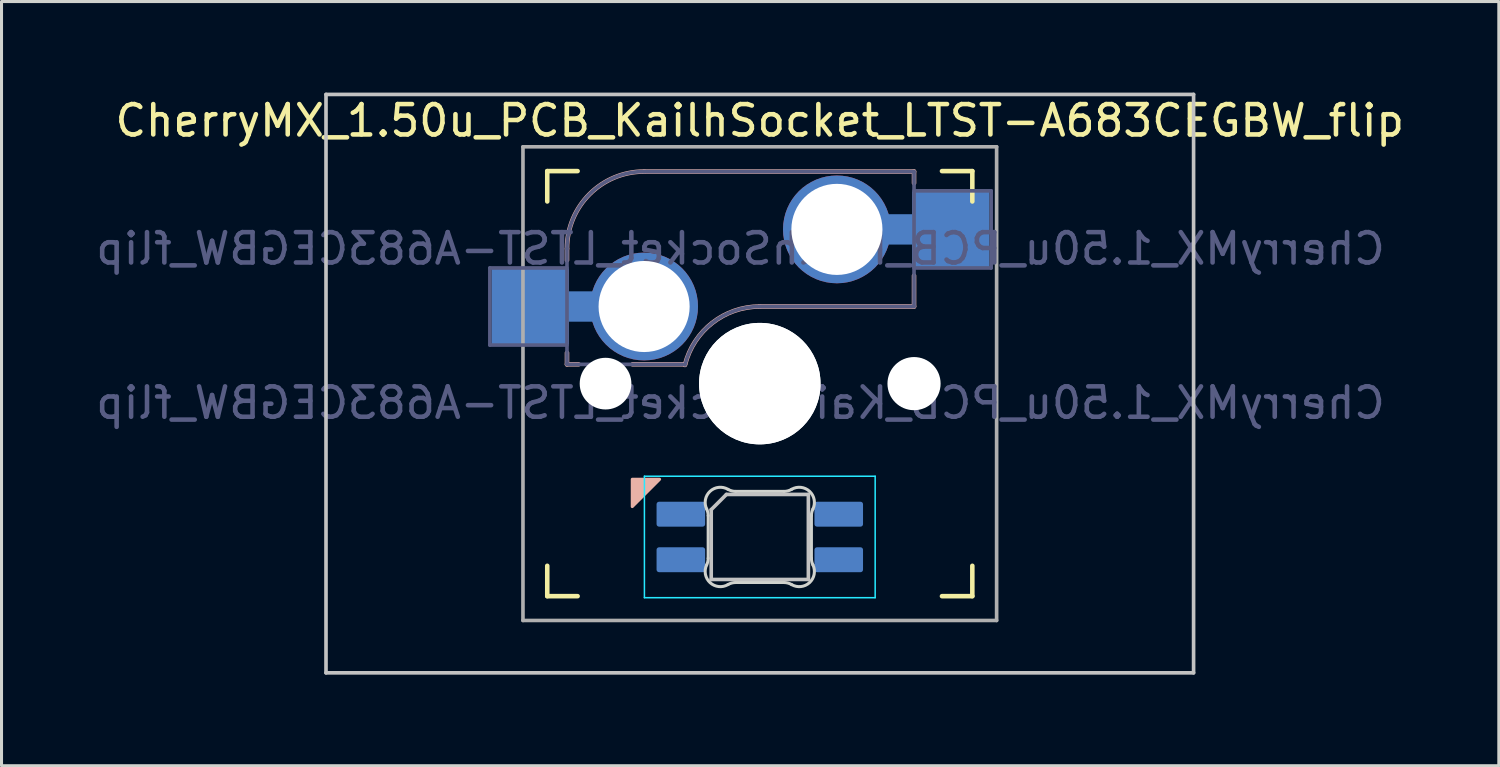
<source format=kicad_pcb>
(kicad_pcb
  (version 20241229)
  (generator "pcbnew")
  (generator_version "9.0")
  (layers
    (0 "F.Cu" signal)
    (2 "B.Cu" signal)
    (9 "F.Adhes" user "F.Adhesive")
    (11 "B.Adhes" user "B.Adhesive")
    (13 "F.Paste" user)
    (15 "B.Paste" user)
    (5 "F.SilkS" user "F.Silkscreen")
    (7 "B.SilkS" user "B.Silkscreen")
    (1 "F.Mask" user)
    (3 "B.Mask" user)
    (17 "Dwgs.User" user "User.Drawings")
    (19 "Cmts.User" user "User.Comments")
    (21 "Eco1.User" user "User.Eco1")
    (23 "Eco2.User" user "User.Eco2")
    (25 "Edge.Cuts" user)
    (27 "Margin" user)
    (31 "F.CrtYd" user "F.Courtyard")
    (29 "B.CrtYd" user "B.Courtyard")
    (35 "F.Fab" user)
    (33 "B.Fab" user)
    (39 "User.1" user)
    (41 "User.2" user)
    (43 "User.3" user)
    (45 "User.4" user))
  (footprint "CherryMX_1.50u_PCB_KailhSocket_LTST-A683CEGBW_flip"
    (layer "F.Cu")
    (at 21.974 9.585)
    (property "Reference" "CherryMX_1.50u_PCB_KailhSocket_LTST-A683CEGBW_flip" (at 0 -8.662 0) (layer "F.SilkS") (effects (font (size 1 1) (thickness 0.15))))
    (property "Value" "CherryMX_1.50u_PCB_KailhSocket_LTST-A683CEGBW_flip" (at 0 8.662 0) (layer "F.Fab") (hide yes) (effects (font (size 1 1) (thickness 0.15))))
    (attr through_hole)
    (fp_line (start -7 -6) (end -7 -7) (stroke (width 0.15) (type solid)) (layer "F.SilkS"))
    (fp_line (start -7 7) (end -7 6) (stroke (width 0.15) (type solid)) (layer "F.SilkS"))
    (fp_line (start -7 7) (end -6 7) (stroke (width 0.15) (type solid)) (layer "F.SilkS"))
    (fp_line (start -6 -7) (end -7 -7) (stroke (width 0.15) (type solid)) (layer "F.SilkS"))
    (fp_line (start 6 7) (end 7 7) (stroke (width 0.15) (type solid)) (layer "F.SilkS"))
    (fp_line (start 7 -7) (end 6 -7) (stroke (width 0.15) (type solid)) (layer "F.SilkS"))
    (fp_line (start 7 -7) (end 7 -6) (stroke (width 0.15) (type solid)) (layer "F.SilkS"))
    (fp_line (start 7 6) (end 7 7) (stroke (width 0.15) (type solid)) (layer "F.SilkS"))
    (fp_line (start -6.35 -4.445) (end -6.35 -4.064) (stroke (width 0.15) (type solid)) (layer "B.SilkS"))
    (fp_line (start -6.35 -1.016) (end -6.35 -0.635) (stroke (width 0.15) (type solid)) (layer "B.SilkS"))
    (fp_line (start -5.969 -0.635) (end -6.35 -0.635) (stroke (width 0.15) (type solid)) (layer "B.SilkS"))
    (fp_line (start -3.81 -6.985) (end 5.08 -6.985) (stroke (width 0.15) (type solid)) (layer "B.SilkS"))
    (fp_line (start -2.464 -0.635) (end -4.191 -0.635) (stroke (width 0.15) (type solid)) (layer "B.SilkS"))
    (fp_line (start 5.08 -6.985) (end 5.08 -6.604) (stroke (width 0.15) (type solid)) (layer "B.SilkS"))
    (fp_line (start 5.08 -3.556) (end 5.08 -2.54) (stroke (width 0.15) (type solid)) (layer "B.SilkS"))
    (fp_line (start 5.08 -2.54) (end 0 -2.54) (stroke (width 0.15) (type solid)) (layer "B.SilkS"))
    (fp_arc (start -6.35 -4.445) (mid -5.606051 -6.241051) (end -3.81 -6.985) (stroke (width 0.15) (type solid)) (layer "B.SilkS"))
    (fp_arc (start -2.464162 -0.61604) (mid -1.563147 -2.002042) (end 0 -2.54) (stroke (width 0.15) (type solid)) (layer "B.SilkS"))
    (fp_poly (pts (xy -4.2 4.05) (xy -3.3 3.15) (xy -4.2 3.15)) (stroke (width 0.1) (type solid)) (fill yes) (layer "B.SilkS"))
    (fp_line (start -14.287 -9.525) (end 14.287 -9.525) (stroke (width 0.12) (type solid)) (layer "Dwgs.User"))
    (fp_line (start -14.287 9.525) (end -14.287 -9.525) (stroke (width 0.12) (type solid)) (layer "Dwgs.User"))
    (fp_line (start -1.6 4.15) (end -1.6 6.45) (stroke (width 0.12) (type solid)) (layer "Dwgs.User"))
    (fp_line (start -1.6 4.15) (end -1.1 3.65) (stroke (width 0.12) (type solid)) (layer "Dwgs.User"))
    (fp_line (start -1.6 6.45) (end 1.6 6.45) (stroke (width 0.12) (type solid)) (layer "Dwgs.User"))
    (fp_line (start 1.6 3.65) (end -1.1 3.65) (stroke (width 0.12) (type solid)) (layer "Dwgs.User"))
    (fp_line (start 1.6 6.45) (end 1.6 3.65) (stroke (width 0.12) (type solid)) (layer "Dwgs.User"))
    (fp_line (start 14.287 -9.525) (end 14.287 9.525) (stroke (width 0.12) (type solid)) (layer "Dwgs.User"))
    (fp_line (start 14.287 9.525) (end -14.287 9.525) (stroke (width 0.12) (type solid)) (layer "Dwgs.User"))
    (fp_line (start -6.9 6.9) (end -6.9 -6.9) (stroke (width 0.15) (type solid)) (layer "Eco2.User"))
    (fp_line (start -6.9 6.9) (end 6.9 6.9) (stroke (width 0.15) (type solid)) (layer "Eco2.User"))
    (fp_line (start 6.9 -6.9) (end -6.9 -6.9) (stroke (width 0.15) (type solid)) (layer "Eco2.User"))
    (fp_line (start 6.9 -6.9) (end 6.9 6.9) (stroke (width 0.15) (type solid)) (layer "Eco2.User"))
    (fp_line (start -1.7 5.753) (end -1.7 4.347) (stroke (width 0.1) (type solid)) (layer "Edge.Cuts"))
    (fp_line (start -0.794 3.55) (end 0.794 3.55) (stroke (width 0.1) (type solid)) (layer "Edge.Cuts"))
    (fp_line (start 0.794 6.55) (end -0.794 6.55) (stroke (width 0.1) (type solid)) (layer "Edge.Cuts"))
    (fp_line (start 1.7 4.347) (end 1.7 5.753) (stroke (width 0.1) (type solid)) (layer "Edge.Cuts"))
    (fp_arc (start -1.749484 4.13028) (mid -1.712527 4.235932) (end -1.699999 4.347158) (stroke (width 0.1) (type solid)) (layer "Edge.Cuts"))
    (fp_arc (start -1.749484 4.130281) (mid -1.638072 3.545965) (end -1.046711 3.481701) (stroke (width 0.1) (type solid)) (layer "Edge.Cuts"))
    (fp_arc (start -1.699999 5.752843) (mid -1.712527 5.864068) (end -1.749484 5.96972) (stroke (width 0.1) (type solid)) (layer "Edge.Cuts"))
    (fp_arc (start -1.046711 6.618298) (mid -1.63807 6.554034) (end -1.749484 5.96972) (stroke (width 0.1) (type solid)) (layer "Edge.Cuts"))
    (fp_arc (start -1.046711 6.618298) (mid -0.925123 6.567376) (end -0.794453 6.549999) (stroke (width 0.1) (type solid)) (layer "Edge.Cuts"))
    (fp_arc (start -0.794452 3.55) (mid -0.925123 3.532623) (end -1.046711 3.481701) (stroke (width 0.1) (type solid)) (layer "Edge.Cuts"))
    (fp_arc (start 0.794453 6.55) (mid 0.925123 6.567377) (end 1.046711 6.618299) (stroke (width 0.1) (type solid)) (layer "Edge.Cuts"))
    (fp_arc (start 1.04671 3.481701) (mid 0.925122 3.532623) (end 0.794452 3.55) (stroke (width 0.1) (type solid)) (layer "Edge.Cuts"))
    (fp_arc (start 1.046711 3.481703) (mid 1.63807 3.545966) (end 1.749484 4.13028) (stroke (width 0.1) (type solid)) (layer "Edge.Cuts"))
    (fp_arc (start 1.699999 4.347157) (mid 1.712527 4.235932) (end 1.749484 4.13028) (stroke (width 0.1) (type solid)) (layer "Edge.Cuts"))
    (fp_arc (start 1.749484 5.96972) (mid 1.638071 6.554035) (end 1.046711 6.618299) (stroke (width 0.1) (type solid)) (layer "Edge.Cuts"))
    (fp_arc (start 1.749484 5.96972) (mid 1.712527 5.864068) (end 1.699999 5.752842) (stroke (width 0.1) (type solid)) (layer "Edge.Cuts"))
    (fp_line (start -3.8 3.05) (end -3.8 7.05) (stroke (width 0.05) (type solid)) (layer "B.CrtYd"))
    (fp_line (start -3.8 7.05) (end 3.8 7.05) (stroke (width 0.05) (type solid)) (layer "B.CrtYd"))
    (fp_line (start 3.8 3.05) (end -3.8 3.05) (stroke (width 0.05) (type solid)) (layer "B.CrtYd"))
    (fp_line (start 3.8 7.05) (end 3.8 3.05) (stroke (width 0.05) (type solid)) (layer "B.CrtYd"))
    (fp_line (start -8.89 -3.81) (end -6.35 -3.81) (stroke (width 0.12) (type solid)) (layer "B.Fab"))
    (fp_line (start -8.89 -1.27) (end -8.89 -3.81) (stroke (width 0.12) (type solid)) (layer "B.Fab"))
    (fp_line (start -6.35 -1.27) (end -8.89 -1.27) (stroke (width 0.12) (type solid)) (layer "B.Fab"))
    (fp_line (start -6.35 -0.635) (end -6.35 -4.445) (stroke (width 0.12) (type solid)) (layer "B.Fab"))
    (fp_line (start -6.35 -0.635) (end -2.54 -0.635) (stroke (width 0.12) (type solid)) (layer "B.Fab"))
    (fp_line (start -3.81 -6.985) (end 5.08 -6.985) (stroke (width 0.12) (type solid)) (layer "B.Fab"))
    (fp_line (start 5.08 -6.985) (end 5.08 -2.54) (stroke (width 0.12) (type solid)) (layer "B.Fab"))
    (fp_line (start 5.08 -6.35) (end 7.62 -6.35) (stroke (width 0.12) (type solid)) (layer "B.Fab"))
    (fp_line (start 5.08 -2.54) (end 0 -2.54) (stroke (width 0.12) (type solid)) (layer "B.Fab"))
    (fp_line (start 7.62 -6.35) (end 7.62 -3.81) (stroke (width 0.12) (type solid)) (layer "B.Fab"))
    (fp_line (start 7.62 -3.81) (end 5.08 -3.81) (stroke (width 0.12) (type solid)) (layer "B.Fab"))
    (fp_arc (start -6.35 -4.445) (mid -5.606051 -6.241051) (end -3.81 -6.985) (stroke (width 0.12) (type solid)) (layer "B.Fab"))
    (fp_arc (start -2.464162 -0.61604) (mid -1.563147 -2.002042) (end 0 -2.54) (stroke (width 0.12) (type solid)) (layer "B.Fab"))
    (fp_line (start -7.8 -7.8) (end -7.8 7.8) (stroke (width 0.12) (type solid)) (layer "F.Fab"))
    (fp_line (start -7.8 -7.8) (end 7.8 -7.8) (stroke (width 0.12) (type solid)) (layer "F.Fab"))
    (fp_line (start -7.8 7.8) (end 7.8 7.8) (stroke (width 0.12) (type solid)) (layer "F.Fab"))
    (fp_line (start 7.8 -7.8) (end 7.8 7.8) (stroke (width 0.12) (type solid)) (layer "F.Fab"))
    (fp_text user "${REFERENCE}" (at -0.635 -4.445 0) (layer "B.Fab") (effects (font (size 1 1) (thickness 0.15)) (justify mirror)))
    (fp_text user "${VALUE}" (at -0.635 0.635 0) (layer "B.Fab") (effects (font (size 1 1) (thickness 0.15)) (justify mirror)))
    (pad "" np_thru_hole circle (at -5.08 0) (size 1.702 1.702) (drill 1.702) (layers "*.Cu" "*.Mask"))
    (pad "" np_thru_hole circle (at 0 0) (size 4 4) (drill 4) (layers "*.Cu" "*.Mask"))
    (pad "" np_thru_hole circle (at 0 0) (size 4 4) (drill 4) (layers "*.Cu" "*.Mask"))
    (pad "" np_thru_hole circle (at 5.08 0) (size 1.702 1.702) (drill 1.702) (layers "*.Cu" "*.Mask"))
    (pad "" np_thru_hole circle (at 5.08 0) (size 1.75 1.75) (drill 1.75) (layers "*.Cu" "*.Mask"))
    (pad "1" thru_hole circle (at 2.54 -5.08) (size 3.55 3.55) (drill 3) (layers "*.Cu"))
    (pad "1" connect rect (at 5.015 -5.08 270) (size 1 2.5) (layers "B.Cu"))
    (pad "1" smd rect (at 6.29 -5.08) (size 2.55 2.5) (layers "B.Cu" "B.Mask" "B.Paste"))
    (pad "2" smd rect (at -7.56 -2.54) (size 2.55 2.5) (layers "B.Cu" "B.Mask" "B.Paste"))
    (pad "2" connect rect (at -5.715 -2.54 90) (size 1 2.5) (layers "B.Cu"))
    (pad "2" thru_hole circle (at -3.81 -2.54) (size 3.55 3.55) (drill 3) (layers "*.Cu"))
    (pad "3" smd roundrect (at -2.6 4.3 90) (size 0.82 1.6) (layers "B.Cu" "B.Mask" "B.Paste") (roundrect_rratio 0.1))
    (pad "4" smd roundrect (at -2.6 5.8 90) (size 0.82 1.6) (layers "B.Cu" "B.Mask" "B.Paste") (roundrect_rratio 0.1))
    (pad "5" smd roundrect (at 2.6 4.3 90) (size 0.82 1.6) (layers "B.Cu" "B.Mask" "B.Paste") (roundrect_rratio 0.1))
    (pad "6" smd roundrect (at 2.6 5.8 90) (size 0.82 1.6) (layers "B.Cu" "B.Mask" "B.Paste") (roundrect_rratio 0.1)))
  (gr_rect
    (start -3 -3)
    (end 46.314 22.17)
    (stroke (width 0.1) (type default))
    (fill no)
    (layer "Edge.Cuts")))
</source>
